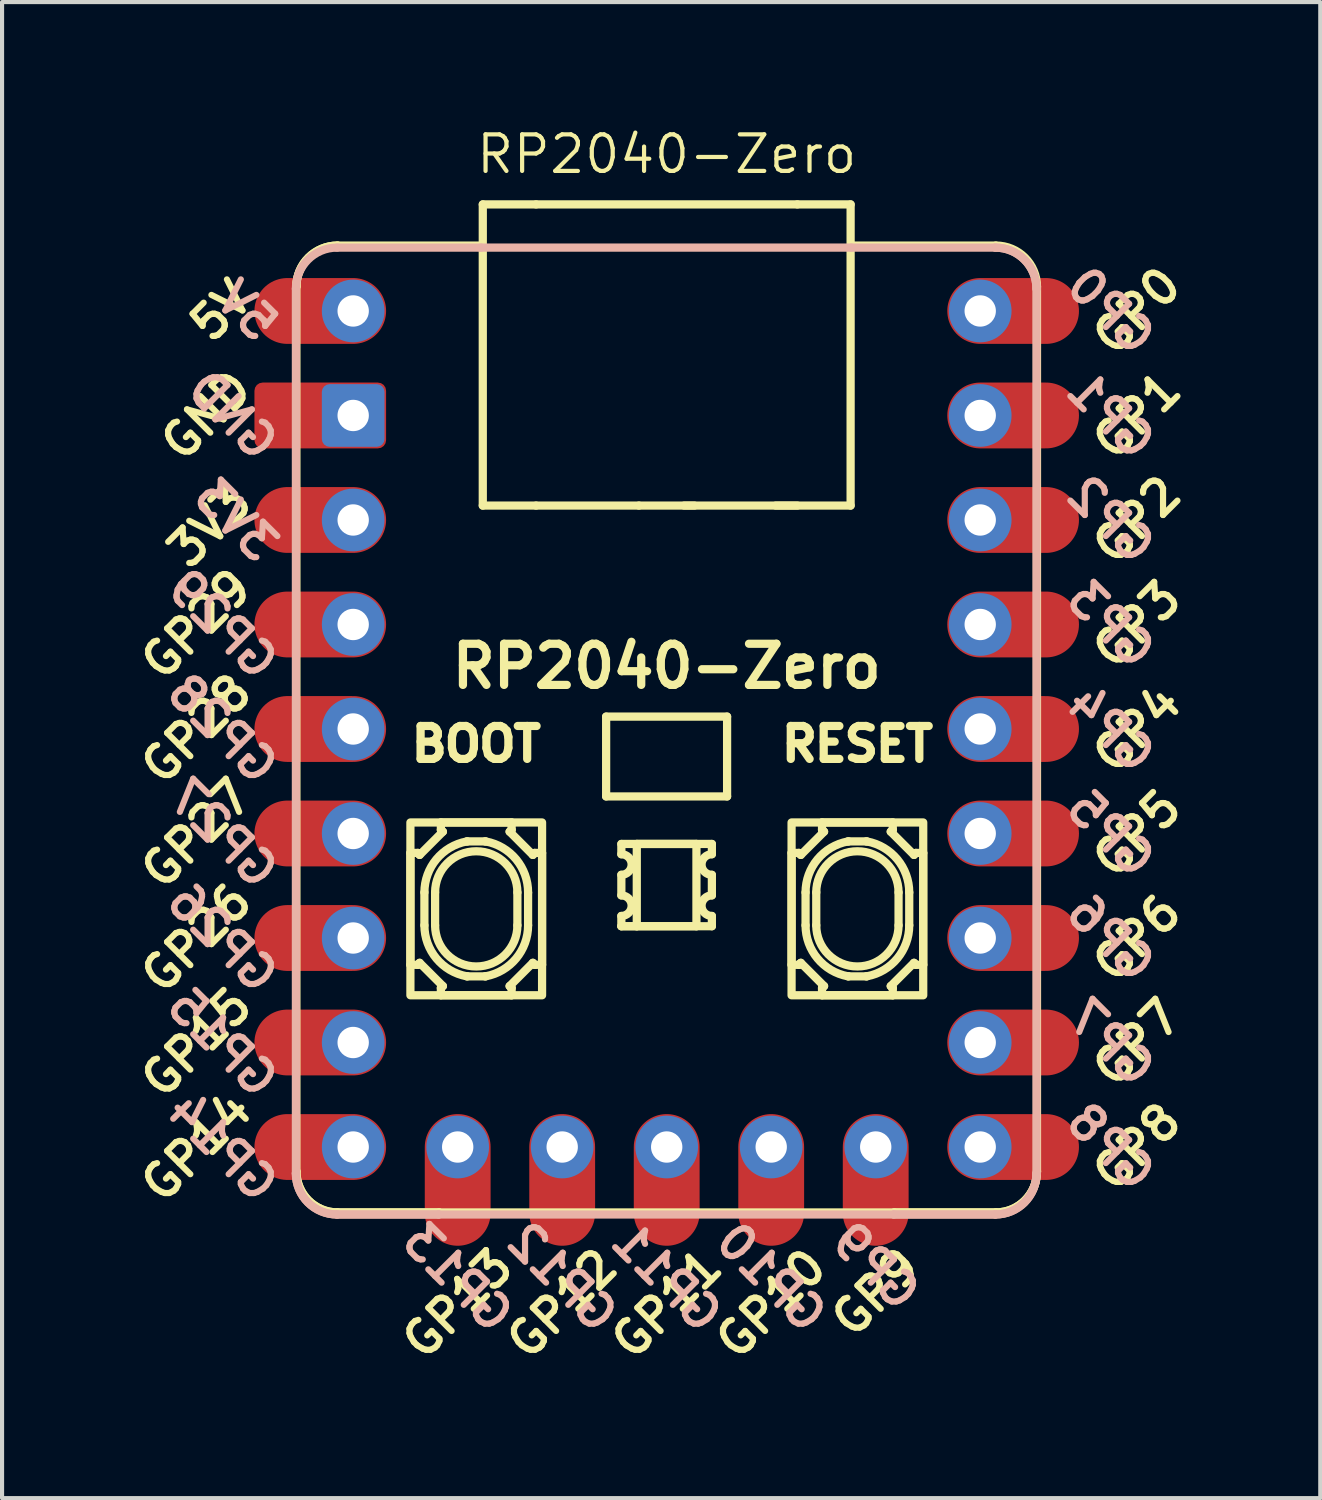
<source format=kicad_pcb>
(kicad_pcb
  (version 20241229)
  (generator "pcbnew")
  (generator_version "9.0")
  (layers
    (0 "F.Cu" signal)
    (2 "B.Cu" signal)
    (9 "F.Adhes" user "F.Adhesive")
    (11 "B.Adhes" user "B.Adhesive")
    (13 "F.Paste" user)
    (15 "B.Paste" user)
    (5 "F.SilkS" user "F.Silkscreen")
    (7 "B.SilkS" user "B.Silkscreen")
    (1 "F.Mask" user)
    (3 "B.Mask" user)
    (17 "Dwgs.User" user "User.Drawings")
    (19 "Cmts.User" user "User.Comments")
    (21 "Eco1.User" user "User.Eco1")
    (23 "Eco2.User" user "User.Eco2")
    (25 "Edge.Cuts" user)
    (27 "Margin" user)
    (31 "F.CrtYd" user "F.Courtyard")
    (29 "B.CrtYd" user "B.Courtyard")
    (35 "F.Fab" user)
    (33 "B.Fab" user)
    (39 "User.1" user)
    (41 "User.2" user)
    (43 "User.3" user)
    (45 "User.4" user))
  (footprint "RP2040-Zero"
    (layer "F.Cu")
    (at 13.154 14.668)
    (property "Reference" "RP2040-Zero" (at 0 -13.97 0) (layer "F.SilkS") (effects (font (size 0.889 0.889) (thickness 0.102))))
    (attr through_hole exclude_from_pos_files)
    (fp_line (start -9 10.75) (end -9 -10.75) (stroke (width 0.2) (type default)) (layer "F.SilkS"))
    (fp_line (start -8 -11.75) (end -4.5 -11.75) (stroke (width 0.2) (type default)) (layer "F.SilkS"))
    (fp_line (start -8 11.75) (end -5.53 11.75) (stroke (width 0.2) (type default)) (layer "F.SilkS"))
    (fp_line (start -8 11.75) (end -5.53 11.75) (stroke (width 0.2) (type default)) (layer "F.SilkS"))
    (fp_line (start -6.229 3.012) (end -6.229 5.732) (stroke (width 0.2) (type default)) (layer "F.SilkS"))
    (fp_line (start -6.229 5.732) (end -6.048 5.732) (stroke (width 0.2) (type default)) (layer "F.SilkS"))
    (fp_line (start -6.048 3.012) (end -6.229 3.012) (stroke (width 0.2) (type default)) (layer "F.SilkS"))
    (fp_line (start -6.048 3.018) (end -6.048 3.012) (stroke (width 0.2) (type default)) (layer "F.SilkS"))
    (fp_line (start -6.048 5.726) (end -6.005 5.683) (stroke (width 0.2) (type default)) (layer "F.SilkS"))
    (fp_line (start -6.048 5.732) (end -6.048 5.726) (stroke (width 0.2) (type default)) (layer "F.SilkS"))
    (fp_line (start -6.005 3.061) (end -6.048 3.018) (stroke (width 0.2) (type default)) (layer "F.SilkS"))
    (fp_line (start -6.005 5.683) (end -5.439 6.249) (stroke (width 0.2) (type default)) (layer "F.SilkS"))
    (fp_line (start -5.889 3.972) (end -5.889 4.772) (stroke (width 0.2) (type default)) (layer "F.SilkS"))
    (fp_line (start -5.629 3.972) (end -5.629 4.772) (stroke (width 0.2) (type default)) (layer "F.SilkS"))
    (fp_line (start -5.53 11.75) (end 5.53 11.75) (stroke (width 0.2) (type default)) (layer "F.SilkS"))
    (fp_line (start -5.489 2.272) (end -5.489 2.452) (stroke (width 0.2) (type default)) (layer "F.SilkS"))
    (fp_line (start -5.489 2.452) (end -5.483 2.452) (stroke (width 0.2) (type default)) (layer "F.SilkS"))
    (fp_line (start -5.489 6.292) (end -5.489 6.472) (stroke (width 0.2) (type default)) (layer "F.SilkS"))
    (fp_line (start -5.489 6.472) (end -3.769 6.472) (stroke (width 0.2) (type default)) (layer "F.SilkS"))
    (fp_line (start -5.483 2.452) (end -5.439 2.495) (stroke (width 0.2) (type default)) (layer "F.SilkS"))
    (fp_line (start -5.483 6.292) (end -5.489 6.292) (stroke (width 0.2) (type default)) (layer "F.SilkS"))
    (fp_line (start -5.439 2.495) (end -6.005 3.061) (stroke (width 0.2) (type default)) (layer "F.SilkS"))
    (fp_line (start -5.439 6.249) (end -5.483 6.292) (stroke (width 0.2) (type default)) (layer "F.SilkS"))
    (fp_line (start -4.842 2.732) (end -4.414 2.732) (stroke (width 0.2) (type default)) (layer "F.SilkS"))
    (fp_line (start -4.47 -12.75) (end -3.175 -12.75) (stroke (width 0.2) (type default)) (layer "F.SilkS"))
    (fp_line (start -4.47 -5.43) (end -4.47 -12.75) (stroke (width 0.2) (type default)) (layer "F.SilkS"))
    (fp_line (start -4.414 6.012) (end -4.843 6.012) (stroke (width 0.2) (type default)) (layer "F.SilkS"))
    (fp_line (start -3.818 2.495) (end -3.775 2.452) (stroke (width 0.2) (type default)) (layer "F.SilkS"))
    (fp_line (start -3.818 6.249) (end -3.253 5.683) (stroke (width 0.2) (type default)) (layer "F.SilkS"))
    (fp_line (start -3.775 2.452) (end -3.769 2.452) (stroke (width 0.2) (type default)) (layer "F.SilkS"))
    (fp_line (start -3.775 6.292) (end -3.818 6.249) (stroke (width 0.2) (type default)) (layer "F.SilkS"))
    (fp_line (start -3.769 2.272) (end -5.489 2.272) (stroke (width 0.2) (type default)) (layer "F.SilkS"))
    (fp_line (start -3.769 2.452) (end -3.769 2.272) (stroke (width 0.2) (type default)) (layer "F.SilkS"))
    (fp_line (start -3.769 6.292) (end -3.775 6.292) (stroke (width 0.2) (type default)) (layer "F.SilkS"))
    (fp_line (start -3.769 6.472) (end -3.769 6.292) (stroke (width 0.2) (type default)) (layer "F.SilkS"))
    (fp_line (start -3.629 4.772) (end -3.629 3.972) (stroke (width 0.2) (type default)) (layer "F.SilkS"))
    (fp_line (start -3.369 3.976) (end -3.369 4.772) (stroke (width 0.2) (type default)) (layer "F.SilkS"))
    (fp_line (start -3.253 3.061) (end -3.818 2.495) (stroke (width 0.2) (type default)) (layer "F.SilkS"))
    (fp_line (start -3.253 5.683) (end -3.209 5.726) (stroke (width 0.2) (type default)) (layer "F.SilkS"))
    (fp_line (start -3.209 3.012) (end -3.209 3.018) (stroke (width 0.2) (type default)) (layer "F.SilkS"))
    (fp_line (start -3.209 3.018) (end -3.253 3.061) (stroke (width 0.2) (type default)) (layer "F.SilkS"))
    (fp_line (start -3.209 5.726) (end -3.209 5.732) (stroke (width 0.2) (type default)) (layer "F.SilkS"))
    (fp_line (start -3.209 5.732) (end -3.029 5.732) (stroke (width 0.2) (type default)) (layer "F.SilkS"))
    (fp_line (start -3.175 -12.75) (end 3.175 -12.75) (stroke (width 0.2) (type default)) (layer "F.SilkS"))
    (fp_line (start -3.175 -5.43) (end -4.47 -5.43) (stroke (width 0.2) (type default)) (layer "F.SilkS"))
    (fp_line (start -3.029 3.012) (end -3.209 3.012) (stroke (width 0.2) (type default)) (layer "F.SilkS"))
    (fp_line (start -3.029 5.732) (end -3.029 3.012) (stroke (width 0.2) (type default)) (layer "F.SilkS"))
    (fp_line (start -1.472 -0.301) (end -1.472 1.639) (stroke (width 0.2) (type default)) (layer "F.SilkS"))
    (fp_line (start -1.472 1.639) (end 1.468 1.639) (stroke (width 0.2) (type default)) (layer "F.SilkS"))
    (fp_line (start -1.102 3.044) (end -1.102 2.794) (stroke (width 0.2) (type default)) (layer "F.SilkS"))
    (fp_line (start -1.102 4.044) (end -1.102 3.544) (stroke (width 0.2) (type default)) (layer "F.SilkS"))
    (fp_line (start -1.102 4.544) (end -1.102 4.794) (stroke (width 0.2) (type default)) (layer "F.SilkS"))
    (fp_line (start -1.102 4.794) (end 1.098 4.794) (stroke (width 0.2) (type default)) (layer "F.SilkS"))
    (fp_line (start -0.727 2.794) (end -0.727 4.794) (stroke (width 0.2) (type default)) (layer "F.SilkS"))
    (fp_line (start -0.727 4.794) (end -1.102 4.794) (stroke (width 0.2) (type default)) (layer "F.SilkS"))
    (fp_line (start -0.727 4.794) (end 0.723 4.794) (stroke (width 0.2) (type default)) (layer "F.SilkS"))
    (fp_line (start -0.675 -5.43) (end -3.175 -5.43) (stroke (width 0.2) (type default)) (layer "F.SilkS"))
    (fp_line (start 0.675 -5.43) (end -0.675 -5.43) (stroke (width 0.2) (type default)) (layer "F.SilkS"))
    (fp_line (start 0.723 2.794) (end -0.727 2.794) (stroke (width 0.2) (type default)) (layer "F.SilkS"))
    (fp_line (start 0.723 4.794) (end 0.723 2.794) (stroke (width 0.2) (type default)) (layer "F.SilkS"))
    (fp_line (start 1.098 2.794) (end -1.102 2.794) (stroke (width 0.2) (type default)) (layer "F.SilkS"))
    (fp_line (start 1.098 3.044) (end 1.098 2.794) (stroke (width 0.2) (type default)) (layer "F.SilkS"))
    (fp_line (start 1.098 4.044) (end 1.098 3.544) (stroke (width 0.2) (type default)) (layer "F.SilkS"))
    (fp_line (start 1.098 4.794) (end 1.098 4.544) (stroke (width 0.2) (type default)) (layer "F.SilkS"))
    (fp_line (start 1.468 -0.301) (end -1.472 -0.301) (stroke (width 0.2) (type default)) (layer "F.SilkS"))
    (fp_line (start 1.468 1.639) (end 1.468 -0.301) (stroke (width 0.2) (type default)) (layer "F.SilkS"))
    (fp_line (start 2.65 -5.43) (end 4.47 -5.43) (stroke (width 0.2) (type default)) (layer "F.SilkS"))
    (fp_line (start 3.035 3.012) (end 3.035 5.732) (stroke (width 0.2) (type default)) (layer "F.SilkS"))
    (fp_line (start 3.035 5.732) (end 3.215 5.732) (stroke (width 0.2) (type default)) (layer "F.SilkS"))
    (fp_line (start 3.175 -5.43) (end 0.425 -5.43) (stroke (width 0.2) (type default)) (layer "F.SilkS"))
    (fp_line (start 3.215 3.012) (end 3.035 3.012) (stroke (width 0.2) (type default)) (layer "F.SilkS"))
    (fp_line (start 3.215 3.018) (end 3.215 3.012) (stroke (width 0.2) (type default)) (layer "F.SilkS"))
    (fp_line (start 3.215 5.726) (end 3.259 5.683) (stroke (width 0.2) (type default)) (layer "F.SilkS"))
    (fp_line (start 3.215 5.732) (end 3.215 5.726) (stroke (width 0.2) (type default)) (layer "F.SilkS"))
    (fp_line (start 3.259 3.061) (end 3.215 3.018) (stroke (width 0.2) (type default)) (layer "F.SilkS"))
    (fp_line (start 3.259 5.683) (end 3.825 6.249) (stroke (width 0.2) (type default)) (layer "F.SilkS"))
    (fp_line (start 3.375 4.772) (end 3.375 3.972) (stroke (width 0.2) (type default)) (layer "F.SilkS"))
    (fp_line (start 3.635 3.972) (end 3.635 4.772) (stroke (width 0.2) (type default)) (layer "F.SilkS"))
    (fp_line (start 3.775 2.272) (end 3.775 2.452) (stroke (width 0.2) (type default)) (layer "F.SilkS"))
    (fp_line (start 3.775 2.452) (end 3.781 2.452) (stroke (width 0.2) (type default)) (layer "F.SilkS"))
    (fp_line (start 3.775 6.292) (end 3.775 6.472) (stroke (width 0.2) (type default)) (layer "F.SilkS"))
    (fp_line (start 3.775 6.472) (end 5.495 6.472) (stroke (width 0.2) (type default)) (layer "F.SilkS"))
    (fp_line (start 3.781 2.452) (end 3.825 2.495) (stroke (width 0.2) (type default)) (layer "F.SilkS"))
    (fp_line (start 3.781 6.292) (end 3.775 6.292) (stroke (width 0.2) (type default)) (layer "F.SilkS"))
    (fp_line (start 3.825 2.495) (end 3.259 3.061) (stroke (width 0.2) (type default)) (layer "F.SilkS"))
    (fp_line (start 3.825 6.249) (end 3.781 6.292) (stroke (width 0.2) (type default)) (layer "F.SilkS"))
    (fp_line (start 4.421 2.732) (end 4.849 2.732) (stroke (width 0.2) (type default)) (layer "F.SilkS"))
    (fp_line (start 4.47 -12.75) (end 3.175 -12.75) (stroke (width 0.2) (type default)) (layer "F.SilkS"))
    (fp_line (start 4.47 -5.43) (end 4.47 -12.75) (stroke (width 0.2) (type default)) (layer "F.SilkS"))
    (fp_line (start 4.5 -11.75) (end 8 -11.75) (stroke (width 0.2) (type default)) (layer "F.SilkS"))
    (fp_line (start 4.849 6.012) (end 4.421 6.012) (stroke (width 0.2) (type default)) (layer "F.SilkS"))
    (fp_line (start 5.445 2.495) (end 5.489 2.452) (stroke (width 0.2) (type default)) (layer "F.SilkS"))
    (fp_line (start 5.445 6.249) (end 6.011 5.683) (stroke (width 0.2) (type default)) (layer "F.SilkS"))
    (fp_line (start 5.489 2.452) (end 5.495 2.452) (stroke (width 0.2) (type default)) (layer "F.SilkS"))
    (fp_line (start 5.489 6.292) (end 5.445 6.249) (stroke (width 0.2) (type default)) (layer "F.SilkS"))
    (fp_line (start 5.495 2.272) (end 3.775 2.272) (stroke (width 0.2) (type default)) (layer "F.SilkS"))
    (fp_line (start 5.495 2.452) (end 5.495 2.272) (stroke (width 0.2) (type default)) (layer "F.SilkS"))
    (fp_line (start 5.495 6.292) (end 5.489 6.292) (stroke (width 0.2) (type default)) (layer "F.SilkS"))
    (fp_line (start 5.495 6.472) (end 5.495 6.292) (stroke (width 0.2) (type default)) (layer "F.SilkS"))
    (fp_line (start 5.53 11.75) (end 8 11.75) (stroke (width 0.2) (type default)) (layer "F.SilkS"))
    (fp_line (start 5.53 11.75) (end 8 11.75) (stroke (width 0.2) (type default)) (layer "F.SilkS"))
    (fp_line (start 5.635 4.772) (end 5.635 3.972) (stroke (width 0.2) (type default)) (layer "F.SilkS"))
    (fp_line (start 5.895 3.972) (end 5.895 4.772) (stroke (width 0.2) (type default)) (layer "F.SilkS"))
    (fp_line (start 6.011 3.061) (end 5.445 2.495) (stroke (width 0.2) (type default)) (layer "F.SilkS"))
    (fp_line (start 6.011 5.683) (end 6.055 5.726) (stroke (width 0.2) (type default)) (layer "F.SilkS"))
    (fp_line (start 6.055 3.012) (end 6.055 3.018) (stroke (width 0.2) (type default)) (layer "F.SilkS"))
    (fp_line (start 6.055 3.018) (end 6.011 3.061) (stroke (width 0.2) (type default)) (layer "F.SilkS"))
    (fp_line (start 6.055 5.726) (end 6.055 5.732) (stroke (width 0.2) (type default)) (layer "F.SilkS"))
    (fp_line (start 6.055 5.732) (end 6.235 5.732) (stroke (width 0.2) (type default)) (layer "F.SilkS"))
    (fp_line (start 6.235 3.012) (end 6.055 3.012) (stroke (width 0.2) (type default)) (layer "F.SilkS"))
    (fp_line (start 6.235 5.732) (end 6.235 3.012) (stroke (width 0.2) (type default)) (layer "F.SilkS"))
    (fp_line (start 9 -10.75) (end 9 10.75) (stroke (width 0.2) (type default)) (layer "F.SilkS"))
    (fp_rect (start -6.229 2.272) (end -3.029 6.472) (stroke (width 0.2) (type default)) (fill no) (layer "F.SilkS"))
    (fp_rect (start 3.035 2.272) (end 6.235 6.472) (stroke (width 0.2) (type default)) (fill no) (layer "F.SilkS"))
    (fp_arc (start -9 -10.75) (mid -8.707107 -11.457107) (end -8 -11.75) (stroke (width 0.2) (type default)) (layer "F.SilkS"))
    (fp_arc (start -9 -10.75) (mid -8.707107 -11.457107) (end -8 -11.75) (stroke (width 0.2) (type default)) (layer "F.SilkS"))
    (fp_arc (start -8 11.75) (mid -8.707107 11.457107) (end -9 10.75) (stroke (width 0.2) (type default)) (layer "F.SilkS"))
    (fp_arc (start -8 11.75) (mid -8.707107 11.457107) (end -9 10.75) (stroke (width 0.2) (type default)) (layer "F.SilkS"))
    (fp_arc (start -5.888803 3.972) (mid -5.598632 3.167616) (end -4.861768 2.73372) (stroke (width 0.2) (type default)) (layer "F.SilkS"))
    (fp_arc (start -5.628803 3.971996) (mid -4.628803 2.971996) (end -3.628803 3.971996) (stroke (width 0.2) (type default)) (layer "F.SilkS"))
    (fp_arc (start -4.861768 2.73372) (mid -4.851977 2.732372) (end -4.842102 2.731996) (stroke (width 0.2) (type default)) (layer "F.SilkS"))
    (fp_arc (start -4.861768 6.010272) (mid -5.598629 5.576378) (end -5.888803 4.771996) (stroke (width 0.2) (type default)) (layer "F.SilkS"))
    (fp_arc (start -4.8433 6.011996) (mid -4.852574 6.011563) (end -4.861768 6.010272) (stroke (width 0.2) (type default)) (layer "F.SilkS"))
    (fp_arc (start -4.4143 2.731996) (mid -4.405029 2.73243) (end -4.395838 2.73372) (stroke (width 0.2) (type default)) (layer "F.SilkS"))
    (fp_arc (start -4.395838 2.73372) (mid -3.65763 3.169231) (end -3.368803 3.9762) (stroke (width 0.2) (type default)) (layer "F.SilkS"))
    (fp_arc (start -4.395838 6.010272) (mid -4.405079 6.011568) (end -4.4144 6.011996) (stroke (width 0.2) (type default)) (layer "F.SilkS"))
    (fp_arc (start -3.628803 4.771996) (mid -4.628803 5.771996) (end -5.628803 4.771996) (stroke (width 0.2) (type default)) (layer "F.SilkS"))
    (fp_arc (start -3.368803 4.772) (mid -3.658974 5.576382) (end -4.395838 6.010272) (stroke (width 0.2) (type default)) (layer "F.SilkS"))
    (fp_arc (start -1.10244 3.044218) (mid -0.852438 3.29422) (end -1.10244 3.544222) (stroke (width 0.2) (type default)) (layer "F.SilkS"))
    (fp_arc (start -1.10244 4.044218) (mid -0.852438 4.29422) (end -1.10244 4.544222) (stroke (width 0.2) (type default)) (layer "F.SilkS"))
    (fp_arc (start 1.09756 3.544218) (mid 0.84756 3.29422) (end 1.09756 3.044221) (stroke (width 0.2) (type default)) (layer "F.SilkS"))
    (fp_arc (start 1.09756 4.544218) (mid 0.84756 4.29422) (end 1.09756 4.044221) (stroke (width 0.2) (type default)) (layer "F.SilkS"))
    (fp_arc (start 3.375 3.971996) (mid 3.665171 3.167613) (end 4.402035 2.73372) (stroke (width 0.2) (type default)) (layer "F.SilkS"))
    (fp_arc (start 3.635 3.971996) (mid 4.635 2.971996) (end 5.635 3.971996) (stroke (width 0.2) (type default)) (layer "F.SilkS"))
    (fp_arc (start 4.402035 2.73372) (mid 4.41124 2.732428) (end 4.420525 2.731996) (stroke (width 0.2) (type default)) (layer "F.SilkS"))
    (fp_arc (start 4.402035 6.010272) (mid 3.665171 5.576379) (end 3.375 4.771996) (stroke (width 0.2) (type default)) (layer "F.SilkS"))
    (fp_arc (start 4.420525 6.011996) (mid 4.41124 6.011564) (end 4.402035 6.010272) (stroke (width 0.2) (type default)) (layer "F.SilkS"))
    (fp_arc (start 4.849475 2.731996) (mid 4.85876 2.732428) (end 4.867965 2.73372) (stroke (width 0.2) (type default)) (layer "F.SilkS"))
    (fp_arc (start 4.867965 2.73372) (mid 5.604829 3.167613) (end 5.895 3.971996) (stroke (width 0.2) (type default)) (layer "F.SilkS"))
    (fp_arc (start 4.867965 6.010272) (mid 4.85876 6.011564) (end 4.849474 6.011996) (stroke (width 0.2) (type default)) (layer "F.SilkS"))
    (fp_arc (start 5.635 4.771996) (mid 4.635 5.771996) (end 3.635 4.771996) (stroke (width 0.2) (type default)) (layer "F.SilkS"))
    (fp_arc (start 5.895 4.771996) (mid 5.604829 5.576379) (end 4.867965 6.010272) (stroke (width 0.2) (type default)) (layer "F.SilkS"))
    (fp_arc (start 8.000001 -11.75) (mid 8.707107 -11.457107) (end 9 -10.750002) (stroke (width 0.2) (type default)) (layer "F.SilkS"))
    (fp_arc (start 9 10.750001) (mid 8.707107 11.457107) (end 8.000001 11.75) (stroke (width 0.2) (type default)) (layer "F.SilkS"))
    (fp_arc (start 9 10.750001) (mid 8.707107 11.457107) (end 8.000002 11.75) (stroke (width 0.2) (type default)) (layer "F.SilkS"))
    (fp_line (start -9.012 10.8) (end -9.012 -10.7) (stroke (width 0.2) (type default)) (layer "B.SilkS"))
    (fp_line (start -8.012 11.8) (end -5.542 11.8) (stroke (width 0.2) (type default)) (layer "B.SilkS"))
    (fp_line (start -8.012 11.8) (end -5.542 11.8) (stroke (width 0.2) (type default)) (layer "B.SilkS"))
    (fp_line (start -8.012 -11.7) (end -4.512 -11.7) (stroke (width 0.2) (type default)) (layer "B.SilkS"))
    (fp_line (start -5.542 11.8) (end 5.518 11.8) (stroke (width 0.2) (type default)) (layer "B.SilkS"))
    (fp_line (start -4.512 -11.7) (end 4.488 -11.7) (stroke (width 0.2) (type default)) (layer "B.SilkS"))
    (fp_line (start 4.488 -11.7) (end 7.988 -11.7) (stroke (width 0.2) (type default)) (layer "B.SilkS"))
    (fp_line (start 5.518 11.8) (end 7.988 11.8) (stroke (width 0.2) (type default)) (layer "B.SilkS"))
    (fp_line (start 5.518 11.8) (end 7.988 11.8) (stroke (width 0.2) (type default)) (layer "B.SilkS"))
    (fp_line (start 8.988 -10.7) (end 8.988 10.8) (stroke (width 0.2) (type default)) (layer "B.SilkS"))
    (fp_arc (start -9.0123 -10.700002) (mid -8.719406 -11.407107) (end -8.012301 -11.7) (stroke (width 0.2) (type default)) (layer "B.SilkS"))
    (fp_arc (start -8.012302 11.8) (mid -8.719407 11.507106) (end -9.0123 10.800001) (stroke (width 0.2) (type default)) (layer "B.SilkS"))
    (fp_arc (start -8.012301 11.8) (mid -8.719407 11.507107) (end -9.0123 10.800001) (stroke (width 0.2) (type default)) (layer "B.SilkS"))
    (fp_arc (start 7.9877 -11.7) (mid 8.694807 -11.407107) (end 8.9877 -10.7) (stroke (width 0.2) (type default)) (layer "B.SilkS"))
    (fp_arc (start 7.9877 -11.7) (mid 8.694807 -11.407107) (end 8.9877 -10.7) (stroke (width 0.2) (type default)) (layer "B.SilkS"))
    (fp_arc (start 8.9877 10.8) (mid 8.694807 11.507107) (end 7.9877 11.8) (stroke (width 0.2) (type default)) (layer "B.SilkS"))
    (fp_arc (start 8.9877 10.8) (mid 8.694807 11.507107) (end 7.9877 11.8) (stroke (width 0.2) (type default)) (layer "B.SilkS"))
    (fp_text user "3V3" (at -11.107 -4.94 45) (layer "F.SilkS") (effects (font (size 0.8 0.8) (thickness 0.15))))
    (fp_text user "5V" (at -10.837 -10.16 45) (layer "F.SilkS") (effects (font (size 0.8 0.8) (thickness 0.15))))
    (fp_text user "GP26" (at -11.43 5.08 45) (layer "F.SilkS") (effects (font (size 0.8 0.8) (thickness 0.15))))
    (fp_text user "GP2" (at 11.43 -5.08 45) (layer "F.SilkS") (effects (font (size 0.8 0.8) (thickness 0.15))))
    (fp_text user "GP28" (at -11.43 0 45) (layer "F.SilkS") (effects (font (size 0.8 0.8) (thickness 0.15))))
    (fp_text user "GP6" (at 11.43 5.08 45) (layer "F.SilkS") (effects (font (size 0.8 0.8) (thickness 0.15))))
    (fp_text user "GP3" (at 11.43 -2.54 45) (layer "F.SilkS") (effects (font (size 0.8 0.8) (thickness 0.15))))
    (fp_text user "BOOT" (at -4.629 0.367 0) (unlocked yes) (layer "F.SilkS") (effects (font (size 0.8 0.8) (thickness 0.2) (bold yes))))
    (fp_text user "GND" (at -11.188 -7.62 45) (layer "F.SilkS") (effects (font (size 0.8 0.8) (thickness 0.15))))
    (fp_text user "RP2040-Zero" (at 0 -1.524 0) (unlocked yes) (layer "F.SilkS") (effects (font (size 1 1) (thickness 0.2) (bold yes))))
    (fp_text user "GP9" (at 5.08 13.701 45) (layer "F.SilkS") (effects (font (size 0.8 0.8) (thickness 0.15))))
    (fp_text user "GP0" (at 11.43 -10.16 45) (layer "F.SilkS") (effects (font (size 0.8 0.8) (thickness 0.15))))
    (fp_text user "GP4" (at 11.43 0 45) (layer "F.SilkS") (effects (font (size 0.8 0.8) (thickness 0.15))))
    (fp_text user "GP15" (at -11.43 7.62 45) (layer "F.SilkS") (effects (font (size 0.8 0.8) (thickness 0.15))))
    (fp_text user "GP29" (at -11.43 -2.54 45) (layer "F.SilkS") (effects (font (size 0.8 0.8) (thickness 0.15))))
    (fp_text user "GP11" (at 0 13.97 45) (layer "F.SilkS") (effects (font (size 0.8 0.8) (thickness 0.15))))
    (fp_text user "GP12" (at -2.54 13.97 45) (layer "F.SilkS") (effects (font (size 0.8 0.8) (thickness 0.15))))
    (fp_text user "GP8" (at 11.43 10.16 45) (layer "F.SilkS") (effects (font (size 0.8 0.8) (thickness 0.15))))
    (fp_text user "GP7" (at 11.43 7.62 45) (layer "F.SilkS") (effects (font (size 0.8 0.8) (thickness 0.15))))
    (fp_text user "GP13" (at -5.08 13.97 45) (layer "F.SilkS") (effects (font (size 0.8 0.8) (thickness 0.15))))
    (fp_text user "GP14" (at -11.43 10.16 45) (layer "F.SilkS") (effects (font (size 0.8 0.8) (thickness 0.15))))
    (fp_text user "GP1" (at 11.43 -7.62 45) (layer "F.SilkS") (effects (font (size 0.8 0.8) (thickness 0.15))))
    (fp_text user "RESET" (at 4.635 0.367 0) (unlocked yes) (layer "F.SilkS") (effects (font (size 0.8 0.8) (thickness 0.2) (bold yes))))
    (fp_text user "GP5" (at 11.43 2.54 45) (layer "F.SilkS") (effects (font (size 0.8 0.8) (thickness 0.15))))
    (fp_text user "GP10" (at 2.54 13.97 45) (layer "F.SilkS") (effects (font (size 0.8 0.8) (thickness 0.15))))
    (fp_text user "GP27" (at -11.43 2.54 45) (layer "F.SilkS") (effects (font (size 0.8 0.8) (thickness 0.15))))
    (fp_text user "GP3" (at 10.795 -2.54 135) (layer "B.SilkS") (effects (font (size 0.8 0.8) (thickness 0.15)) (justify mirror)))
    (fp_text user "GND" (at -10.553 -7.62 135) (layer "B.SilkS") (effects (font (size 0.8 0.8) (thickness 0.15)) (justify mirror)))
    (fp_text user "GP14" (at -10.795 10.16 135) (layer "B.SilkS") (effects (font (size 0.8 0.8) (thickness 0.15)) (justify mirror)))
    (fp_text user "GP5" (at 10.795 2.54 135) (layer "B.SilkS") (effects (font (size 0.8 0.8) (thickness 0.15)) (justify mirror)))
    (fp_text user "GP10" (at 2.54 13.335 135) (layer "B.SilkS") (effects (font (size 0.8 0.8) (thickness 0.15)) (justify mirror)))
    (fp_text user "GP12" (at -2.54 13.335 135) (layer "B.SilkS") (effects (font (size 0.8 0.8) (thickness 0.15)) (justify mirror)))
    (fp_text user "GP11" (at 0 13.335 135) (layer "B.SilkS") (effects (font (size 0.8 0.8) (thickness 0.15)) (justify mirror)))
    (fp_text user "GP6" (at 10.795 5.08 135) (layer "B.SilkS") (effects (font (size 0.8 0.8) (thickness 0.15)) (justify mirror)))
    (fp_text user "5V" (at -10.202 -10.16 135) (layer "B.SilkS") (effects (font (size 0.8 0.8) (thickness 0.15)) (justify mirror)))
    (fp_text user "GP0" (at 10.795 -10.16 135) (layer "B.SilkS") (effects (font (size 0.8 0.8) (thickness 0.15)) (justify mirror)))
    (fp_text user "GP15" (at -10.795 7.62 135) (layer "B.SilkS") (effects (font (size 0.8 0.8) (thickness 0.15)) (justify mirror)))
    (fp_text user "GP29" (at -10.795 -2.54 135) (layer "B.SilkS") (effects (font (size 0.8 0.8) (thickness 0.15)) (justify mirror)))
    (fp_text user "GP2" (at 10.795 -5.08 135) (layer "B.SilkS") (effects (font (size 0.8 0.8) (thickness 0.15)) (justify mirror)))
    (fp_text user "3V3" (at -10.472 -5.08 135) (layer "B.SilkS") (effects (font (size 0.8 0.8) (thickness 0.15)) (justify mirror)))
    (fp_text user "GP13" (at -5.08 13.335 135) (layer "B.SilkS") (effects (font (size 0.8 0.8) (thickness 0.15)) (justify mirror)))
    (fp_text user "GP26" (at -10.795 5.08 135) (layer "B.SilkS") (effects (font (size 0.8 0.8) (thickness 0.15)) (justify mirror)))
    (fp_text user "GP4" (at 10.795 0 135) (layer "B.SilkS") (effects (font (size 0.8 0.8) (thickness 0.15)) (justify mirror)))
    (fp_text user "GP27" (at -10.795 2.54 135) (layer "B.SilkS") (effects (font (size 0.8 0.8) (thickness 0.15)) (justify mirror)))
    (fp_text user "GP28" (at -10.795 0 135) (layer "B.SilkS") (effects (font (size 0.8 0.8) (thickness 0.15)) (justify mirror)))
    (fp_text user "GP8" (at 10.795 10.16 135) (layer "B.SilkS") (effects (font (size 0.8 0.8) (thickness 0.15)) (justify mirror)))
    (fp_text user "GP9" (at 5.08 13.066 135) (layer "B.SilkS") (effects (font (size 0.8 0.8) (thickness 0.15)) (justify mirror)))
    (fp_text user "GP1" (at 10.795 -7.62 135) (layer "B.SilkS") (effects (font (size 0.8 0.8) (thickness 0.15)) (justify mirror)))
    (fp_text user "GP7" (at 10.795 7.62 135) (layer "B.SilkS") (effects (font (size 0.8 0.8) (thickness 0.15)) (justify mirror)))
    (pad "1" thru_hole circle (at 7.62 -10.16) (size 1.524 1.524) (drill 0.762) (layers "*.Cu" "*.Mask"))
    (pad "1" smd oval (at 7.62 -10.16) (size 3.2 1.6) (drill (offset 0.8 0)) (layers "F.Cu" "F.Mask"))
    (pad "2" thru_hole circle (at 7.62 -7.62) (size 1.524 1.524) (drill 0.762) (layers "*.Cu" "*.Mask"))
    (pad "2" smd oval (at 7.62 -7.62) (size 3.2 1.6) (drill (offset 0.8 0)) (layers "F.Cu" "F.Mask"))
    (pad "3" thru_hole circle (at 7.62 -5.08) (size 1.524 1.524) (drill 0.762) (layers "*.Cu" "*.Mask"))
    (pad "3" smd oval (at 7.62 -5.08) (size 3.2 1.6) (drill (offset 0.8 0)) (layers "F.Cu" "F.Mask"))
    (pad "4" thru_hole circle (at 7.62 -2.54) (size 1.524 1.524) (drill 0.762) (layers "*.Cu" "*.Mask"))
    (pad "4" smd oval (at 7.62 -2.54) (size 3.2 1.6) (drill (offset 0.8 0)) (layers "F.Cu" "F.Mask"))
    (pad "5" thru_hole circle (at 7.62 0) (size 1.524 1.524) (drill 0.762) (layers "*.Cu" "*.Mask"))
    (pad "5" smd oval (at 7.62 0) (size 3.2 1.6) (drill (offset 0.8 0)) (layers "F.Cu" "F.Mask"))
    (pad "6" thru_hole circle (at 7.62 2.54) (size 1.524 1.524) (drill 0.762) (layers "*.Cu" "*.Mask"))
    (pad "6" smd oval (at 7.62 2.54) (size 3.2 1.6) (drill (offset 0.8 0)) (layers "F.Cu" "F.Mask"))
    (pad "7" thru_hole circle (at 7.62 5.08) (size 1.524 1.524) (drill 0.762) (layers "*.Cu" "*.Mask"))
    (pad "7" smd oval (at 7.62 5.08) (size 3.2 1.6) (drill (offset 0.8 0)) (layers "F.Cu" "F.Mask"))
    (pad "8" thru_hole circle (at 7.62 7.62) (size 1.524 1.524) (drill 0.762) (layers "*.Cu" "*.Mask"))
    (pad "8" smd oval (at 7.62 7.62) (size 3.2 1.6) (drill (offset 0.8 0)) (layers "F.Cu" "F.Mask"))
    (pad "9" thru_hole circle (at 7.62 10.16) (size 1.524 1.524) (drill 0.762) (layers "*.Cu" "*.Mask"))
    (pad "9" smd oval (at 7.62 10.16) (size 3.2 1.6) (drill (offset 0.8 0)) (layers "F.Cu" "F.Mask"))
    (pad "10" thru_hole circle (at 5.08 10.16) (size 1.524 1.524) (drill 0.762) (layers "*.Cu" "*.Mask"))
    (pad "10" smd oval (at 5.08 10.16 270) (size 3.2 1.6) (drill (offset 0.8 0)) (layers "F.Cu" "F.Mask"))
    (pad "11" thru_hole circle (at 2.54 10.16) (size 1.524 1.524) (drill 0.762) (layers "*.Cu" "*.Mask"))
    (pad "11" smd oval (at 2.54 10.16 270) (size 3.2 1.6) (drill (offset 0.8 0)) (layers "F.Cu" "F.Mask"))
    (pad "12" thru_hole circle (at 0 10.16) (size 1.524 1.524) (drill 0.762) (layers "*.Cu" "*.Mask"))
    (pad "12" smd oval (at 0 10.16 270) (size 3.2 1.6) (drill (offset 0.8 0)) (layers "F.Cu" "F.Mask"))
    (pad "13" thru_hole circle (at -2.54 10.16) (size 1.524 1.524) (drill 0.762) (layers "*.Cu" "*.Mask"))
    (pad "13" smd oval (at -2.54 10.16 270) (size 3.2 1.6) (drill (offset 0.8 0)) (layers "F.Cu" "F.Mask"))
    (pad "14" thru_hole circle (at -5.08 10.16) (size 1.524 1.524) (drill 0.762) (layers "*.Cu" "*.Mask"))
    (pad "14" smd oval (at -5.08 10.16 270) (size 3.2 1.6) (drill (offset 0.8 0)) (layers "F.Cu" "F.Mask"))
    (pad "15" thru_hole circle (at -7.62 10.16) (size 1.524 1.524) (drill 0.762) (layers "*.Cu" "*.Mask"))
    (pad "15" smd oval (at -7.62 10.16 180) (size 3.2 1.6) (drill (offset 0.8 0)) (layers "F.Cu" "F.Mask"))
    (pad "16" thru_hole circle (at -7.62 7.62) (size 1.524 1.524) (drill 0.762) (layers "*.Cu" "*.Mask"))
    (pad "16" smd oval (at -7.62 7.62 180) (size 3.2 1.6) (drill (offset 0.8 0)) (layers "F.Cu" "F.Mask"))
    (pad "17" thru_hole circle (at -7.62 5.08) (size 1.524 1.524) (drill 0.762) (layers "*.Cu" "*.Mask"))
    (pad "17" smd oval (at -7.62 5.08 180) (size 3.2 1.6) (drill (offset 0.8 0)) (layers "F.Cu" "F.Mask"))
    (pad "18" thru_hole circle (at -7.62 2.54) (size 1.524 1.524) (drill 0.762) (layers "*.Cu" "*.Mask"))
    (pad "18" smd oval (at -7.62 2.54 180) (size 3.2 1.6) (drill (offset 0.8 0)) (layers "F.Cu" "F.Mask"))
    (pad "19" thru_hole circle (at -7.62 0) (size 1.524 1.524) (drill 0.762) (layers "*.Cu" "*.Mask"))
    (pad "19" smd oval (at -7.62 0 180) (size 3.2 1.6) (drill (offset 0.8 0)) (layers "F.Cu" "F.Mask"))
    (pad "20" thru_hole circle (at -7.62 -2.54) (size 1.524 1.524) (drill 0.762) (layers "*.Cu" "*.Mask"))
    (pad "20" smd oval (at -7.62 -2.54 180) (size 3.2 1.6) (drill (offset 0.8 0)) (layers "F.Cu" "F.Mask"))
    (pad "21" thru_hole circle (at -7.62 -5.08) (size 1.524 1.524) (drill 0.762) (layers "*.Cu" "*.Mask"))
    (pad "21" smd oval (at -7.62 -5.08 180) (size 3.2 1.6) (drill (offset 0.8 0)) (layers "F.Cu" "F.Mask"))
    (pad "22" thru_hole roundrect (at -7.62 -7.62) (size 1.524 1.524) (drill 0.762) (layers "*.Cu" "*.Mask") (roundrect_rratio 0.125))
    (pad "22" smd roundrect (at -7.62 -7.62 180) (size 3.2 1.6) (drill (offset 0.8 0)) (layers "F.Cu" "F.Mask") (roundrect_rratio 0.125))
    (pad "23" thru_hole circle (at -7.62 -10.16) (size 1.524 1.524) (drill 0.762) (layers "*.Cu" "*.Mask"))
    (pad "23" smd oval (at -7.62 -10.16 180) (size 3.2 1.6) (drill (offset 0.8 0)) (layers "F.Cu" "F.Mask")))
  (gr_rect
    (start -3 -3)
    (end 29.039 33.362)
    (stroke (width 0.1) (type default))
    (fill no)
    (layer "Edge.Cuts")))
</source>
